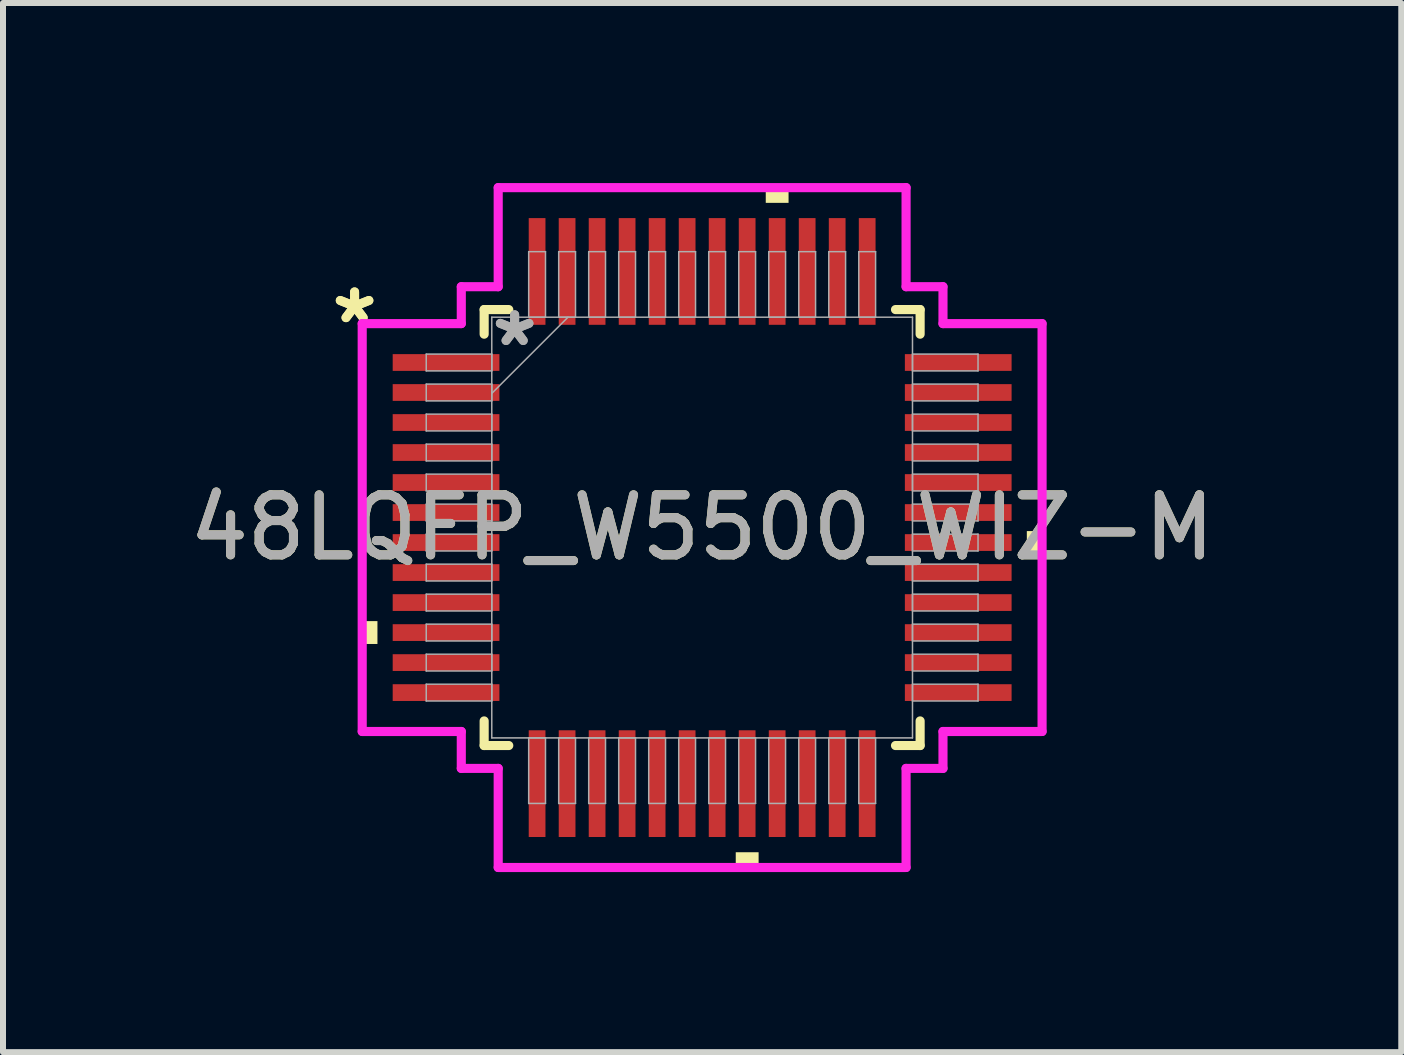
<source format=kicad_pcb>
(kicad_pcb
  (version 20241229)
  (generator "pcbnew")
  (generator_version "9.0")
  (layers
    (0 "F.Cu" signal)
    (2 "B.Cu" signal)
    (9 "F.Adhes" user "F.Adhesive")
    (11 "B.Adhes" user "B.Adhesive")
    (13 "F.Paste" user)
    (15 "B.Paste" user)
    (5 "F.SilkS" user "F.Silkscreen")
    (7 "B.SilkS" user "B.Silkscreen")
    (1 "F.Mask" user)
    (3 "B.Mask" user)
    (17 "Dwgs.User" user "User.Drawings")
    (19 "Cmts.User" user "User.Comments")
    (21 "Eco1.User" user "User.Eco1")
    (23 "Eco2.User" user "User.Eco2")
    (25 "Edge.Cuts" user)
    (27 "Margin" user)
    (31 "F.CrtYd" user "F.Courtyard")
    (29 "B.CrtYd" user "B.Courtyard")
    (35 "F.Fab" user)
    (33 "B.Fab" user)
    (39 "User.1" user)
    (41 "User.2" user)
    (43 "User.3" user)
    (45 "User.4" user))
  (footprint "48LQFP_W5500_WIZ-M"
    (layer "F.Cu")
    (at 8.649 5.74)
    (property "Reference" "48LQFP_W5500_WIZ-M" (at 0 0 0) (unlocked yes) (layer "F.SilkS") (effects (font (size 1 1) (thickness 0.15))))
    (attr smd)
    (fp_line (start -3.632 -3.632) (end -3.632 -3.222) (stroke (width 0.152) (type solid)) (layer "F.SilkS"))
    (fp_line (start -3.632 3.222) (end -3.632 3.632) (stroke (width 0.152) (type solid)) (layer "F.SilkS"))
    (fp_line (start -3.632 3.632) (end -3.222 3.632) (stroke (width 0.152) (type solid)) (layer "F.SilkS"))
    (fp_line (start -3.222 -3.632) (end -3.632 -3.632) (stroke (width 0.152) (type solid)) (layer "F.SilkS"))
    (fp_line (start 3.222 3.632) (end 3.632 3.632) (stroke (width 0.152) (type solid)) (layer "F.SilkS"))
    (fp_line (start 3.632 -3.632) (end 3.222 -3.632) (stroke (width 0.152) (type solid)) (layer "F.SilkS"))
    (fp_line (start 3.632 -3.222) (end 3.632 -3.632) (stroke (width 0.152) (type solid)) (layer "F.SilkS"))
    (fp_line (start 3.632 3.632) (end 3.632 3.222) (stroke (width 0.152) (type solid)) (layer "F.SilkS"))
    (fp_poly (pts (xy -5.664 1.559) (xy -5.664 1.94) (xy -5.41 1.94) (xy -5.41 1.559)) (stroke (width 0) (type solid)) (fill yes) (layer "F.SilkS"))
    (fp_poly (pts (xy 0.56 5.41) (xy 0.56 5.664) (xy 0.941 5.664) (xy 0.941 5.41)) (stroke (width 0) (type solid)) (fill yes) (layer "F.SilkS"))
    (fp_poly (pts (xy 1.06 -5.41) (xy 1.06 -5.664) (xy 1.44 -5.664) (xy 1.44 -5.41)) (stroke (width 0) (type solid)) (fill yes) (layer "F.SilkS"))
    (fp_poly (pts (xy 5.664 0.059) (xy 5.664 0.441) (xy 5.41 0.441) (xy 5.41 0.059)) (stroke (width 0) (type solid)) (fill yes) (layer "F.SilkS"))
    (fp_line (start -5.664 -3.398) (end -4.013 -3.398) (stroke (width 0.152) (type solid)) (layer "F.CrtYd"))
    (fp_line (start -5.664 3.398) (end -5.664 -3.398) (stroke (width 0.152) (type solid)) (layer "F.CrtYd"))
    (fp_line (start -4.013 -4.013) (end -3.398 -4.013) (stroke (width 0.152) (type solid)) (layer "F.CrtYd"))
    (fp_line (start -4.013 -3.398) (end -4.013 -4.013) (stroke (width 0.152) (type solid)) (layer "F.CrtYd"))
    (fp_line (start -4.013 3.398) (end -5.664 3.398) (stroke (width 0.152) (type solid)) (layer "F.CrtYd"))
    (fp_line (start -4.013 4.013) (end -4.013 3.398) (stroke (width 0.152) (type solid)) (layer "F.CrtYd"))
    (fp_line (start -4.013 4.013) (end -3.398 4.013) (stroke (width 0.152) (type solid)) (layer "F.CrtYd"))
    (fp_line (start -3.398 -5.664) (end 3.398 -5.664) (stroke (width 0.152) (type solid)) (layer "F.CrtYd"))
    (fp_line (start -3.398 -4.013) (end -3.398 -5.664) (stroke (width 0.152) (type solid)) (layer "F.CrtYd"))
    (fp_line (start -3.398 4.013) (end -3.398 5.664) (stroke (width 0.152) (type solid)) (layer "F.CrtYd"))
    (fp_line (start -3.398 5.664) (end 3.398 5.664) (stroke (width 0.152) (type solid)) (layer "F.CrtYd"))
    (fp_line (start 3.398 -5.664) (end 3.398 -4.013) (stroke (width 0.152) (type solid)) (layer "F.CrtYd"))
    (fp_line (start 3.398 -4.013) (end 4.013 -4.013) (stroke (width 0.152) (type solid)) (layer "F.CrtYd"))
    (fp_line (start 3.398 4.013) (end 4.013 4.013) (stroke (width 0.152) (type solid)) (layer "F.CrtYd"))
    (fp_line (start 3.398 5.664) (end 3.398 4.013) (stroke (width 0.152) (type solid)) (layer "F.CrtYd"))
    (fp_line (start 4.013 -3.398) (end 4.013 -4.013) (stroke (width 0.152) (type solid)) (layer "F.CrtYd"))
    (fp_line (start 4.013 3.398) (end 5.664 3.398) (stroke (width 0.152) (type solid)) (layer "F.CrtYd"))
    (fp_line (start 4.013 4.013) (end 4.013 3.398) (stroke (width 0.152) (type solid)) (layer "F.CrtYd"))
    (fp_line (start 5.664 -3.398) (end 4.013 -3.398) (stroke (width 0.152) (type solid)) (layer "F.CrtYd"))
    (fp_line (start 5.664 3.398) (end 5.664 -3.398) (stroke (width 0.152) (type solid)) (layer "F.CrtYd"))
    (fp_line (start -4.597 -2.89) (end -4.597 -2.61) (stroke (width 0.025) (type solid)) (layer "F.Fab"))
    (fp_line (start -4.597 -2.61) (end -3.505 -2.61) (stroke (width 0.025) (type solid)) (layer "F.Fab"))
    (fp_line (start -4.597 -2.39) (end -4.597 -2.11) (stroke (width 0.025) (type solid)) (layer "F.Fab"))
    (fp_line (start -4.597 -2.11) (end -3.505 -2.11) (stroke (width 0.025) (type solid)) (layer "F.Fab"))
    (fp_line (start -4.597 -1.89) (end -4.597 -1.61) (stroke (width 0.025) (type solid)) (layer "F.Fab"))
    (fp_line (start -4.597 -1.61) (end -3.505 -1.61) (stroke (width 0.025) (type solid)) (layer "F.Fab"))
    (fp_line (start -4.597 -1.39) (end -4.597 -1.11) (stroke (width 0.025) (type solid)) (layer "F.Fab"))
    (fp_line (start -4.597 -1.11) (end -3.505 -1.11) (stroke (width 0.025) (type solid)) (layer "F.Fab"))
    (fp_line (start -4.597 -0.89) (end -4.597 -0.61) (stroke (width 0.025) (type solid)) (layer "F.Fab"))
    (fp_line (start -4.597 -0.61) (end -3.505 -0.61) (stroke (width 0.025) (type solid)) (layer "F.Fab"))
    (fp_line (start -4.597 -0.39) (end -4.597 -0.11) (stroke (width 0.025) (type solid)) (layer "F.Fab"))
    (fp_line (start -4.597 -0.11) (end -3.505 -0.11) (stroke (width 0.025) (type solid)) (layer "F.Fab"))
    (fp_line (start -4.597 0.11) (end -4.597 0.39) (stroke (width 0.025) (type solid)) (layer "F.Fab"))
    (fp_line (start -4.597 0.39) (end -3.505 0.39) (stroke (width 0.025) (type solid)) (layer "F.Fab"))
    (fp_line (start -4.597 0.61) (end -4.597 0.89) (stroke (width 0.025) (type solid)) (layer "F.Fab"))
    (fp_line (start -4.597 0.89) (end -3.505 0.89) (stroke (width 0.025) (type solid)) (layer "F.Fab"))
    (fp_line (start -4.597 1.11) (end -4.597 1.39) (stroke (width 0.025) (type solid)) (layer "F.Fab"))
    (fp_line (start -4.597 1.39) (end -3.505 1.39) (stroke (width 0.025) (type solid)) (layer "F.Fab"))
    (fp_line (start -4.597 1.61) (end -4.597 1.89) (stroke (width 0.025) (type solid)) (layer "F.Fab"))
    (fp_line (start -4.597 1.89) (end -3.505 1.89) (stroke (width 0.025) (type solid)) (layer "F.Fab"))
    (fp_line (start -4.597 2.11) (end -4.597 2.39) (stroke (width 0.025) (type solid)) (layer "F.Fab"))
    (fp_line (start -4.597 2.39) (end -3.505 2.39) (stroke (width 0.025) (type solid)) (layer "F.Fab"))
    (fp_line (start -4.597 2.61) (end -4.597 2.89) (stroke (width 0.025) (type solid)) (layer "F.Fab"))
    (fp_line (start -4.597 2.89) (end -3.505 2.89) (stroke (width 0.025) (type solid)) (layer "F.Fab"))
    (fp_line (start -3.505 -3.505) (end -3.505 3.505) (stroke (width 0.025) (type solid)) (layer "F.Fab"))
    (fp_line (start -3.505 -2.89) (end -4.597 -2.89) (stroke (width 0.025) (type solid)) (layer "F.Fab"))
    (fp_line (start -3.505 -2.61) (end -3.505 -2.89) (stroke (width 0.025) (type solid)) (layer "F.Fab"))
    (fp_line (start -3.505 -2.39) (end -4.597 -2.39) (stroke (width 0.025) (type solid)) (layer "F.Fab"))
    (fp_line (start -3.505 -2.235) (end -2.235 -3.505) (stroke (width 0.025) (type solid)) (layer "F.Fab"))
    (fp_line (start -3.505 -2.11) (end -3.505 -2.39) (stroke (width 0.025) (type solid)) (layer "F.Fab"))
    (fp_line (start -3.505 -1.89) (end -4.597 -1.89) (stroke (width 0.025) (type solid)) (layer "F.Fab"))
    (fp_line (start -3.505 -1.61) (end -3.505 -1.89) (stroke (width 0.025) (type solid)) (layer "F.Fab"))
    (fp_line (start -3.505 -1.39) (end -4.597 -1.39) (stroke (width 0.025) (type solid)) (layer "F.Fab"))
    (fp_line (start -3.505 -1.11) (end -3.505 -1.39) (stroke (width 0.025) (type solid)) (layer "F.Fab"))
    (fp_line (start -3.505 -0.89) (end -4.597 -0.89) (stroke (width 0.025) (type solid)) (layer "F.Fab"))
    (fp_line (start -3.505 -0.61) (end -3.505 -0.89) (stroke (width 0.025) (type solid)) (layer "F.Fab"))
    (fp_line (start -3.505 -0.39) (end -4.597 -0.39) (stroke (width 0.025) (type solid)) (layer "F.Fab"))
    (fp_line (start -3.505 -0.11) (end -3.505 -0.39) (stroke (width 0.025) (type solid)) (layer "F.Fab"))
    (fp_line (start -3.505 0.11) (end -4.597 0.11) (stroke (width 0.025) (type solid)) (layer "F.Fab"))
    (fp_line (start -3.505 0.39) (end -3.505 0.11) (stroke (width 0.025) (type solid)) (layer "F.Fab"))
    (fp_line (start -3.505 0.61) (end -4.597 0.61) (stroke (width 0.025) (type solid)) (layer "F.Fab"))
    (fp_line (start -3.505 0.89) (end -3.505 0.61) (stroke (width 0.025) (type solid)) (layer "F.Fab"))
    (fp_line (start -3.505 1.11) (end -4.597 1.11) (stroke (width 0.025) (type solid)) (layer "F.Fab"))
    (fp_line (start -3.505 1.39) (end -3.505 1.11) (stroke (width 0.025) (type solid)) (layer "F.Fab"))
    (fp_line (start -3.505 1.61) (end -4.597 1.61) (stroke (width 0.025) (type solid)) (layer "F.Fab"))
    (fp_line (start -3.505 1.89) (end -3.505 1.61) (stroke (width 0.025) (type solid)) (layer "F.Fab"))
    (fp_line (start -3.505 2.11) (end -4.597 2.11) (stroke (width 0.025) (type solid)) (layer "F.Fab"))
    (fp_line (start -3.505 2.39) (end -3.505 2.11) (stroke (width 0.025) (type solid)) (layer "F.Fab"))
    (fp_line (start -3.505 2.61) (end -4.597 2.61) (stroke (width 0.025) (type solid)) (layer "F.Fab"))
    (fp_line (start -3.505 2.89) (end -3.505 2.61) (stroke (width 0.025) (type solid)) (layer "F.Fab"))
    (fp_line (start -3.505 3.505) (end 3.505 3.505) (stroke (width 0.025) (type solid)) (layer "F.Fab"))
    (fp_line (start -2.89 -4.597) (end -2.89 -3.505) (stroke (width 0.025) (type solid)) (layer "F.Fab"))
    (fp_line (start -2.89 -3.505) (end -2.61 -3.505) (stroke (width 0.025) (type solid)) (layer "F.Fab"))
    (fp_line (start -2.89 3.505) (end -2.89 4.597) (stroke (width 0.025) (type solid)) (layer "F.Fab"))
    (fp_line (start -2.89 4.597) (end -2.61 4.597) (stroke (width 0.025) (type solid)) (layer "F.Fab"))
    (fp_line (start -2.61 -4.597) (end -2.89 -4.597) (stroke (width 0.025) (type solid)) (layer "F.Fab"))
    (fp_line (start -2.61 -3.505) (end -2.61 -4.597) (stroke (width 0.025) (type solid)) (layer "F.Fab"))
    (fp_line (start -2.61 3.505) (end -2.89 3.505) (stroke (width 0.025) (type solid)) (layer "F.Fab"))
    (fp_line (start -2.61 4.597) (end -2.61 3.505) (stroke (width 0.025) (type solid)) (layer "F.Fab"))
    (fp_line (start -2.39 -4.597) (end -2.39 -3.505) (stroke (width 0.025) (type solid)) (layer "F.Fab"))
    (fp_line (start -2.39 -3.505) (end -2.11 -3.505) (stroke (width 0.025) (type solid)) (layer "F.Fab"))
    (fp_line (start -2.39 3.505) (end -2.39 4.597) (stroke (width 0.025) (type solid)) (layer "F.Fab"))
    (fp_line (start -2.39 4.597) (end -2.11 4.597) (stroke (width 0.025) (type solid)) (layer "F.Fab"))
    (fp_line (start -2.11 -4.597) (end -2.39 -4.597) (stroke (width 0.025) (type solid)) (layer "F.Fab"))
    (fp_line (start -2.11 -3.505) (end -2.11 -4.597) (stroke (width 0.025) (type solid)) (layer "F.Fab"))
    (fp_line (start -2.11 3.505) (end -2.39 3.505) (stroke (width 0.025) (type solid)) (layer "F.Fab"))
    (fp_line (start -2.11 4.597) (end -2.11 3.505) (stroke (width 0.025) (type solid)) (layer "F.Fab"))
    (fp_line (start -1.89 -4.597) (end -1.89 -3.505) (stroke (width 0.025) (type solid)) (layer "F.Fab"))
    (fp_line (start -1.89 -3.505) (end -1.61 -3.505) (stroke (width 0.025) (type solid)) (layer "F.Fab"))
    (fp_line (start -1.89 3.505) (end -1.89 4.597) (stroke (width 0.025) (type solid)) (layer "F.Fab"))
    (fp_line (start -1.89 4.597) (end -1.61 4.597) (stroke (width 0.025) (type solid)) (layer "F.Fab"))
    (fp_line (start -1.61 -4.597) (end -1.89 -4.597) (stroke (width 0.025) (type solid)) (layer "F.Fab"))
    (fp_line (start -1.61 -3.505) (end -1.61 -4.597) (stroke (width 0.025) (type solid)) (layer "F.Fab"))
    (fp_line (start -1.61 3.505) (end -1.89 3.505) (stroke (width 0.025) (type solid)) (layer "F.Fab"))
    (fp_line (start -1.61 4.597) (end -1.61 3.505) (stroke (width 0.025) (type solid)) (layer "F.Fab"))
    (fp_line (start -1.39 -4.597) (end -1.39 -3.505) (stroke (width 0.025) (type solid)) (layer "F.Fab"))
    (fp_line (start -1.39 -3.505) (end -1.11 -3.505) (stroke (width 0.025) (type solid)) (layer "F.Fab"))
    (fp_line (start -1.39 3.505) (end -1.39 4.597) (stroke (width 0.025) (type solid)) (layer "F.Fab"))
    (fp_line (start -1.39 4.597) (end -1.11 4.597) (stroke (width 0.025) (type solid)) (layer "F.Fab"))
    (fp_line (start -1.11 -4.597) (end -1.39 -4.597) (stroke (width 0.025) (type solid)) (layer "F.Fab"))
    (fp_line (start -1.11 -3.505) (end -1.11 -4.597) (stroke (width 0.025) (type solid)) (layer "F.Fab"))
    (fp_line (start -1.11 3.505) (end -1.39 3.505) (stroke (width 0.025) (type solid)) (layer "F.Fab"))
    (fp_line (start -1.11 4.597) (end -1.11 3.505) (stroke (width 0.025) (type solid)) (layer "F.Fab"))
    (fp_line (start -0.89 -4.597) (end -0.89 -3.505) (stroke (width 0.025) (type solid)) (layer "F.Fab"))
    (fp_line (start -0.89 -3.505) (end -0.61 -3.505) (stroke (width 0.025) (type solid)) (layer "F.Fab"))
    (fp_line (start -0.89 3.505) (end -0.89 4.597) (stroke (width 0.025) (type solid)) (layer "F.Fab"))
    (fp_line (start -0.89 4.597) (end -0.61 4.597) (stroke (width 0.025) (type solid)) (layer "F.Fab"))
    (fp_line (start -0.61 -4.597) (end -0.89 -4.597) (stroke (width 0.025) (type solid)) (layer "F.Fab"))
    (fp_line (start -0.61 -3.505) (end -0.61 -4.597) (stroke (width 0.025) (type solid)) (layer "F.Fab"))
    (fp_line (start -0.61 3.505) (end -0.89 3.505) (stroke (width 0.025) (type solid)) (layer "F.Fab"))
    (fp_line (start -0.61 4.597) (end -0.61 3.505) (stroke (width 0.025) (type solid)) (layer "F.Fab"))
    (fp_line (start -0.39 -4.597) (end -0.39 -3.505) (stroke (width 0.025) (type solid)) (layer "F.Fab"))
    (fp_line (start -0.39 -3.505) (end -0.11 -3.505) (stroke (width 0.025) (type solid)) (layer "F.Fab"))
    (fp_line (start -0.39 3.505) (end -0.39 4.597) (stroke (width 0.025) (type solid)) (layer "F.Fab"))
    (fp_line (start -0.39 4.597) (end -0.11 4.597) (stroke (width 0.025) (type solid)) (layer "F.Fab"))
    (fp_line (start -0.11 -4.597) (end -0.39 -4.597) (stroke (width 0.025) (type solid)) (layer "F.Fab"))
    (fp_line (start -0.11 -3.505) (end -0.11 -4.597) (stroke (width 0.025) (type solid)) (layer "F.Fab"))
    (fp_line (start -0.11 3.505) (end -0.39 3.505) (stroke (width 0.025) (type solid)) (layer "F.Fab"))
    (fp_line (start -0.11 4.597) (end -0.11 3.505) (stroke (width 0.025) (type solid)) (layer "F.Fab"))
    (fp_line (start 0.11 -4.597) (end 0.11 -3.505) (stroke (width 0.025) (type solid)) (layer "F.Fab"))
    (fp_line (start 0.11 -3.505) (end 0.39 -3.505) (stroke (width 0.025) (type solid)) (layer "F.Fab"))
    (fp_line (start 0.11 3.505) (end 0.11 4.597) (stroke (width 0.025) (type solid)) (layer "F.Fab"))
    (fp_line (start 0.11 4.597) (end 0.39 4.597) (stroke (width 0.025) (type solid)) (layer "F.Fab"))
    (fp_line (start 0.39 -4.597) (end 0.11 -4.597) (stroke (width 0.025) (type solid)) (layer "F.Fab"))
    (fp_line (start 0.39 -3.505) (end 0.39 -4.597) (stroke (width 0.025) (type solid)) (layer "F.Fab"))
    (fp_line (start 0.39 3.505) (end 0.11 3.505) (stroke (width 0.025) (type solid)) (layer "F.Fab"))
    (fp_line (start 0.39 4.597) (end 0.39 3.505) (stroke (width 0.025) (type solid)) (layer "F.Fab"))
    (fp_line (start 0.61 -4.597) (end 0.61 -3.505) (stroke (width 0.025) (type solid)) (layer "F.Fab"))
    (fp_line (start 0.61 -3.505) (end 0.89 -3.505) (stroke (width 0.025) (type solid)) (layer "F.Fab"))
    (fp_line (start 0.61 3.505) (end 0.61 4.597) (stroke (width 0.025) (type solid)) (layer "F.Fab"))
    (fp_line (start 0.61 4.597) (end 0.89 4.597) (stroke (width 0.025) (type solid)) (layer "F.Fab"))
    (fp_line (start 0.89 -4.597) (end 0.61 -4.597) (stroke (width 0.025) (type solid)) (layer "F.Fab"))
    (fp_line (start 0.89 -3.505) (end 0.89 -4.597) (stroke (width 0.025) (type solid)) (layer "F.Fab"))
    (fp_line (start 0.89 3.505) (end 0.61 3.505) (stroke (width 0.025) (type solid)) (layer "F.Fab"))
    (fp_line (start 0.89 4.597) (end 0.89 3.505) (stroke (width 0.025) (type solid)) (layer "F.Fab"))
    (fp_line (start 1.11 -4.597) (end 1.11 -3.505) (stroke (width 0.025) (type solid)) (layer "F.Fab"))
    (fp_line (start 1.11 -3.505) (end 1.39 -3.505) (stroke (width 0.025) (type solid)) (layer "F.Fab"))
    (fp_line (start 1.11 3.505) (end 1.11 4.597) (stroke (width 0.025) (type solid)) (layer "F.Fab"))
    (fp_line (start 1.11 4.597) (end 1.39 4.597) (stroke (width 0.025) (type solid)) (layer "F.Fab"))
    (fp_line (start 1.39 -4.597) (end 1.11 -4.597) (stroke (width 0.025) (type solid)) (layer "F.Fab"))
    (fp_line (start 1.39 -3.505) (end 1.39 -4.597) (stroke (width 0.025) (type solid)) (layer "F.Fab"))
    (fp_line (start 1.39 3.505) (end 1.11 3.505) (stroke (width 0.025) (type solid)) (layer "F.Fab"))
    (fp_line (start 1.39 4.597) (end 1.39 3.505) (stroke (width 0.025) (type solid)) (layer "F.Fab"))
    (fp_line (start 1.61 -4.597) (end 1.61 -3.505) (stroke (width 0.025) (type solid)) (layer "F.Fab"))
    (fp_line (start 1.61 -3.505) (end 1.89 -3.505) (stroke (width 0.025) (type solid)) (layer "F.Fab"))
    (fp_line (start 1.61 3.505) (end 1.61 4.597) (stroke (width 0.025) (type solid)) (layer "F.Fab"))
    (fp_line (start 1.61 4.597) (end 1.89 4.597) (stroke (width 0.025) (type solid)) (layer "F.Fab"))
    (fp_line (start 1.89 -4.597) (end 1.61 -4.597) (stroke (width 0.025) (type solid)) (layer "F.Fab"))
    (fp_line (start 1.89 -3.505) (end 1.89 -4.597) (stroke (width 0.025) (type solid)) (layer "F.Fab"))
    (fp_line (start 1.89 3.505) (end 1.61 3.505) (stroke (width 0.025) (type solid)) (layer "F.Fab"))
    (fp_line (start 1.89 4.597) (end 1.89 3.505) (stroke (width 0.025) (type solid)) (layer "F.Fab"))
    (fp_line (start 2.11 -4.597) (end 2.11 -3.505) (stroke (width 0.025) (type solid)) (layer "F.Fab"))
    (fp_line (start 2.11 -3.505) (end 2.39 -3.505) (stroke (width 0.025) (type solid)) (layer "F.Fab"))
    (fp_line (start 2.11 3.505) (end 2.11 4.597) (stroke (width 0.025) (type solid)) (layer "F.Fab"))
    (fp_line (start 2.11 4.597) (end 2.39 4.597) (stroke (width 0.025) (type solid)) (layer "F.Fab"))
    (fp_line (start 2.39 -4.597) (end 2.11 -4.597) (stroke (width 0.025) (type solid)) (layer "F.Fab"))
    (fp_line (start 2.39 -3.505) (end 2.39 -4.597) (stroke (width 0.025) (type solid)) (layer "F.Fab"))
    (fp_line (start 2.39 3.505) (end 2.11 3.505) (stroke (width 0.025) (type solid)) (layer "F.Fab"))
    (fp_line (start 2.39 4.597) (end 2.39 3.505) (stroke (width 0.025) (type solid)) (layer "F.Fab"))
    (fp_line (start 2.61 -4.597) (end 2.61 -3.505) (stroke (width 0.025) (type solid)) (layer "F.Fab"))
    (fp_line (start 2.61 -3.505) (end 2.89 -3.505) (stroke (width 0.025) (type solid)) (layer "F.Fab"))
    (fp_line (start 2.61 3.505) (end 2.61 4.597) (stroke (width 0.025) (type solid)) (layer "F.Fab"))
    (fp_line (start 2.61 4.597) (end 2.89 4.597) (stroke (width 0.025) (type solid)) (layer "F.Fab"))
    (fp_line (start 2.89 -4.597) (end 2.61 -4.597) (stroke (width 0.025) (type solid)) (layer "F.Fab"))
    (fp_line (start 2.89 -3.505) (end 2.89 -4.597) (stroke (width 0.025) (type solid)) (layer "F.Fab"))
    (fp_line (start 2.89 3.505) (end 2.61 3.505) (stroke (width 0.025) (type solid)) (layer "F.Fab"))
    (fp_line (start 2.89 4.597) (end 2.89 3.505) (stroke (width 0.025) (type solid)) (layer "F.Fab"))
    (fp_line (start 3.505 -3.505) (end -3.505 -3.505) (stroke (width 0.025) (type solid)) (layer "F.Fab"))
    (fp_line (start 3.505 -2.89) (end 3.505 -2.61) (stroke (width 0.025) (type solid)) (layer "F.Fab"))
    (fp_line (start 3.505 -2.61) (end 4.597 -2.61) (stroke (width 0.025) (type solid)) (layer "F.Fab"))
    (fp_line (start 3.505 -2.39) (end 3.505 -2.11) (stroke (width 0.025) (type solid)) (layer "F.Fab"))
    (fp_line (start 3.505 -2.11) (end 4.597 -2.11) (stroke (width 0.025) (type solid)) (layer "F.Fab"))
    (fp_line (start 3.505 -1.89) (end 3.505 -1.61) (stroke (width 0.025) (type solid)) (layer "F.Fab"))
    (fp_line (start 3.505 -1.61) (end 4.597 -1.61) (stroke (width 0.025) (type solid)) (layer "F.Fab"))
    (fp_line (start 3.505 -1.39) (end 3.505 -1.11) (stroke (width 0.025) (type solid)) (layer "F.Fab"))
    (fp_line (start 3.505 -1.11) (end 4.597 -1.11) (stroke (width 0.025) (type solid)) (layer "F.Fab"))
    (fp_line (start 3.505 -0.89) (end 3.505 -0.61) (stroke (width 0.025) (type solid)) (layer "F.Fab"))
    (fp_line (start 3.505 -0.61) (end 4.597 -0.61) (stroke (width 0.025) (type solid)) (layer "F.Fab"))
    (fp_line (start 3.505 -0.39) (end 3.505 -0.11) (stroke (width 0.025) (type solid)) (layer "F.Fab"))
    (fp_line (start 3.505 -0.11) (end 4.597 -0.11) (stroke (width 0.025) (type solid)) (layer "F.Fab"))
    (fp_line (start 3.505 0.11) (end 3.505 0.39) (stroke (width 0.025) (type solid)) (layer "F.Fab"))
    (fp_line (start 3.505 0.39) (end 4.597 0.39) (stroke (width 0.025) (type solid)) (layer "F.Fab"))
    (fp_line (start 3.505 0.61) (end 3.505 0.89) (stroke (width 0.025) (type solid)) (layer "F.Fab"))
    (fp_line (start 3.505 0.89) (end 4.597 0.89) (stroke (width 0.025) (type solid)) (layer "F.Fab"))
    (fp_line (start 3.505 1.11) (end 3.505 1.39) (stroke (width 0.025) (type solid)) (layer "F.Fab"))
    (fp_line (start 3.505 1.39) (end 4.597 1.39) (stroke (width 0.025) (type solid)) (layer "F.Fab"))
    (fp_line (start 3.505 1.61) (end 3.505 1.89) (stroke (width 0.025) (type solid)) (layer "F.Fab"))
    (fp_line (start 3.505 1.89) (end 4.597 1.89) (stroke (width 0.025) (type solid)) (layer "F.Fab"))
    (fp_line (start 3.505 2.11) (end 3.505 2.39) (stroke (width 0.025) (type solid)) (layer "F.Fab"))
    (fp_line (start 3.505 2.39) (end 4.597 2.39) (stroke (width 0.025) (type solid)) (layer "F.Fab"))
    (fp_line (start 3.505 2.61) (end 3.505 2.89) (stroke (width 0.025) (type solid)) (layer "F.Fab"))
    (fp_line (start 3.505 2.89) (end 4.597 2.89) (stroke (width 0.025) (type solid)) (layer "F.Fab"))
    (fp_line (start 3.505 3.505) (end 3.505 -3.505) (stroke (width 0.025) (type solid)) (layer "F.Fab"))
    (fp_line (start 4.597 -2.89) (end 3.505 -2.89) (stroke (width 0.025) (type solid)) (layer "F.Fab"))
    (fp_line (start 4.597 -2.61) (end 4.597 -2.89) (stroke (width 0.025) (type solid)) (layer "F.Fab"))
    (fp_line (start 4.597 -2.39) (end 3.505 -2.39) (stroke (width 0.025) (type solid)) (layer "F.Fab"))
    (fp_line (start 4.597 -2.11) (end 4.597 -2.39) (stroke (width 0.025) (type solid)) (layer "F.Fab"))
    (fp_line (start 4.597 -1.89) (end 3.505 -1.89) (stroke (width 0.025) (type solid)) (layer "F.Fab"))
    (fp_line (start 4.597 -1.61) (end 4.597 -1.89) (stroke (width 0.025) (type solid)) (layer "F.Fab"))
    (fp_line (start 4.597 -1.39) (end 3.505 -1.39) (stroke (width 0.025) (type solid)) (layer "F.Fab"))
    (fp_line (start 4.597 -1.11) (end 4.597 -1.39) (stroke (width 0.025) (type solid)) (layer "F.Fab"))
    (fp_line (start 4.597 -0.89) (end 3.505 -0.89) (stroke (width 0.025) (type solid)) (layer "F.Fab"))
    (fp_line (start 4.597 -0.61) (end 4.597 -0.89) (stroke (width 0.025) (type solid)) (layer "F.Fab"))
    (fp_line (start 4.597 -0.39) (end 3.505 -0.39) (stroke (width 0.025) (type solid)) (layer "F.Fab"))
    (fp_line (start 4.597 -0.11) (end 4.597 -0.39) (stroke (width 0.025) (type solid)) (layer "F.Fab"))
    (fp_line (start 4.597 0.11) (end 3.505 0.11) (stroke (width 0.025) (type solid)) (layer "F.Fab"))
    (fp_line (start 4.597 0.39) (end 4.597 0.11) (stroke (width 0.025) (type solid)) (layer "F.Fab"))
    (fp_line (start 4.597 0.61) (end 3.505 0.61) (stroke (width 0.025) (type solid)) (layer "F.Fab"))
    (fp_line (start 4.597 0.89) (end 4.597 0.61) (stroke (width 0.025) (type solid)) (layer "F.Fab"))
    (fp_line (start 4.597 1.11) (end 3.505 1.11) (stroke (width 0.025) (type solid)) (layer "F.Fab"))
    (fp_line (start 4.597 1.39) (end 4.597 1.11) (stroke (width 0.025) (type solid)) (layer "F.Fab"))
    (fp_line (start 4.597 1.61) (end 3.505 1.61) (stroke (width 0.025) (type solid)) (layer "F.Fab"))
    (fp_line (start 4.597 1.89) (end 4.597 1.61) (stroke (width 0.025) (type solid)) (layer "F.Fab"))
    (fp_line (start 4.597 2.11) (end 3.505 2.11) (stroke (width 0.025) (type solid)) (layer "F.Fab"))
    (fp_line (start 4.597 2.39) (end 4.597 2.11) (stroke (width 0.025) (type solid)) (layer "F.Fab"))
    (fp_line (start 4.597 2.61) (end 3.505 2.61) (stroke (width 0.025) (type solid)) (layer "F.Fab"))
    (fp_line (start 4.597 2.89) (end 4.597 2.61) (stroke (width 0.025) (type solid)) (layer "F.Fab"))
    (fp_text user "*" (at -5.791 -3.381 0) (layer "F.SilkS") (effects (font (size 1 1) (thickness 0.15))))
    (fp_text user "*" (at -5.791 -3.381 0) (unlocked yes) (layer "F.SilkS") (effects (font (size 1 1) (thickness 0.15))))
    (fp_text user "*" (at -3.124 -3 0) (layer "F.Fab") (effects (font (size 1 1) (thickness 0.15))))
    (fp_text user "${REFERENCE}" (at 0 0 0) (unlocked yes) (layer "F.Fab") (effects (font (size 1 1) (thickness 0.15))))
    (fp_text user "*" (at -3.124 -3 0) (unlocked yes) (layer "F.Fab") (effects (font (size 1 1) (thickness 0.15))))
    (pad "1" smd rect (at -4.267 -2.75 90) (size 0.279 1.778) (layers "F.Cu" "F.Mask" "F.Paste"))
    (pad "2" smd rect (at -4.267 -2.25 90) (size 0.279 1.778) (layers "F.Cu" "F.Mask" "F.Paste"))
    (pad "3" smd rect (at -4.267 -1.75 90) (size 0.279 1.778) (layers "F.Cu" "F.Mask" "F.Paste"))
    (pad "4" smd rect (at -4.267 -1.25 90) (size 0.279 1.778) (layers "F.Cu" "F.Mask" "F.Paste"))
    (pad "5" smd rect (at -4.267 -0.75 90) (size 0.279 1.778) (layers "F.Cu" "F.Mask" "F.Paste"))
    (pad "6" smd rect (at -4.267 -0.25 90) (size 0.279 1.778) (layers "F.Cu" "F.Mask" "F.Paste"))
    (pad "7" smd rect (at -4.267 0.25 90) (size 0.279 1.778) (layers "F.Cu" "F.Mask" "F.Paste"))
    (pad "8" smd rect (at -4.267 0.75 90) (size 0.279 1.778) (layers "F.Cu" "F.Mask" "F.Paste"))
    (pad "9" smd rect (at -4.267 1.25 90) (size 0.279 1.778) (layers "F.Cu" "F.Mask" "F.Paste"))
    (pad "10" smd rect (at -4.267 1.75 90) (size 0.279 1.778) (layers "F.Cu" "F.Mask" "F.Paste"))
    (pad "11" smd rect (at -4.267 2.25 90) (size 0.279 1.778) (layers "F.Cu" "F.Mask" "F.Paste"))
    (pad "12" smd rect (at -4.267 2.75 90) (size 0.279 1.778) (layers "F.Cu" "F.Mask" "F.Paste"))
    (pad "13" smd rect (at -2.75 4.267) (size 0.279 1.778) (layers "F.Cu" "F.Mask" "F.Paste"))
    (pad "14" smd rect (at -2.25 4.267) (size 0.279 1.778) (layers "F.Cu" "F.Mask" "F.Paste"))
    (pad "15" smd rect (at -1.75 4.267) (size 0.279 1.778) (layers "F.Cu" "F.Mask" "F.Paste"))
    (pad "16" smd rect (at -1.25 4.267) (size 0.279 1.778) (layers "F.Cu" "F.Mask" "F.Paste"))
    (pad "17" smd rect (at -0.75 4.267) (size 0.279 1.778) (layers "F.Cu" "F.Mask" "F.Paste"))
    (pad "18" smd rect (at -0.25 4.267) (size 0.279 1.778) (layers "F.Cu" "F.Mask" "F.Paste"))
    (pad "19" smd rect (at 0.25 4.267) (size 0.279 1.778) (layers "F.Cu" "F.Mask" "F.Paste"))
    (pad "20" smd rect (at 0.75 4.267) (size 0.279 1.778) (layers "F.Cu" "F.Mask" "F.Paste"))
    (pad "21" smd rect (at 1.25 4.267) (size 0.279 1.778) (layers "F.Cu" "F.Mask" "F.Paste"))
    (pad "22" smd rect (at 1.75 4.267) (size 0.279 1.778) (layers "F.Cu" "F.Mask" "F.Paste"))
    (pad "23" smd rect (at 2.25 4.267) (size 0.279 1.778) (layers "F.Cu" "F.Mask" "F.Paste"))
    (pad "24" smd rect (at 2.75 4.267) (size 0.279 1.778) (layers "F.Cu" "F.Mask" "F.Paste"))
    (pad "25" smd rect (at 4.267 2.75 90) (size 0.279 1.778) (layers "F.Cu" "F.Mask" "F.Paste"))
    (pad "26" smd rect (at 4.267 2.25 90) (size 0.279 1.778) (layers "F.Cu" "F.Mask" "F.Paste"))
    (pad "27" smd rect (at 4.267 1.75 90) (size 0.279 1.778) (layers "F.Cu" "F.Mask" "F.Paste"))
    (pad "28" smd rect (at 4.267 1.25 90) (size 0.279 1.778) (layers "F.Cu" "F.Mask" "F.Paste"))
    (pad "29" smd rect (at 4.267 0.75 90) (size 0.279 1.778) (layers "F.Cu" "F.Mask" "F.Paste"))
    (pad "30" smd rect (at 4.267 0.25 90) (size 0.279 1.778) (layers "F.Cu" "F.Mask" "F.Paste"))
    (pad "31" smd rect (at 4.267 -0.25 90) (size 0.279 1.778) (layers "F.Cu" "F.Mask" "F.Paste"))
    (pad "32" smd rect (at 4.267 -0.75 90) (size 0.279 1.778) (layers "F.Cu" "F.Mask" "F.Paste"))
    (pad "33" smd rect (at 4.267 -1.25 90) (size 0.279 1.778) (layers "F.Cu" "F.Mask" "F.Paste"))
    (pad "34" smd rect (at 4.267 -1.75 90) (size 0.279 1.778) (layers "F.Cu" "F.Mask" "F.Paste"))
    (pad "35" smd rect (at 4.267 -2.25 90) (size 0.279 1.778) (layers "F.Cu" "F.Mask" "F.Paste"))
    (pad "36" smd rect (at 4.267 -2.75 90) (size 0.279 1.778) (layers "F.Cu" "F.Mask" "F.Paste"))
    (pad "37" smd rect (at 2.75 -4.267) (size 0.279 1.778) (layers "F.Cu" "F.Mask" "F.Paste"))
    (pad "38" smd rect (at 2.25 -4.267) (size 0.279 1.778) (layers "F.Cu" "F.Mask" "F.Paste"))
    (pad "39" smd rect (at 1.75 -4.267) (size 0.279 1.778) (layers "F.Cu" "F.Mask" "F.Paste"))
    (pad "40" smd rect (at 1.25 -4.267) (size 0.279 1.778) (layers "F.Cu" "F.Mask" "F.Paste"))
    (pad "41" smd rect (at 0.75 -4.267) (size 0.279 1.778) (layers "F.Cu" "F.Mask" "F.Paste"))
    (pad "42" smd rect (at 0.25 -4.267) (size 0.279 1.778) (layers "F.Cu" "F.Mask" "F.Paste"))
    (pad "43" smd rect (at -0.25 -4.267) (size 0.279 1.778) (layers "F.Cu" "F.Mask" "F.Paste"))
    (pad "44" smd rect (at -0.75 -4.267) (size 0.279 1.778) (layers "F.Cu" "F.Mask" "F.Paste"))
    (pad "45" smd rect (at -1.25 -4.267) (size 0.279 1.778) (layers "F.Cu" "F.Mask" "F.Paste"))
    (pad "46" smd rect (at -1.75 -4.267) (size 0.279 1.778) (layers "F.Cu" "F.Mask" "F.Paste"))
    (pad "47" smd rect (at -2.25 -4.267) (size 0.279 1.778) (layers "F.Cu" "F.Mask" "F.Paste"))
    (pad "48" smd rect (at -2.75 -4.267) (size 0.279 1.778) (layers "F.Cu" "F.Mask" "F.Paste")))
  (gr_rect
    (start -3 -3)
    (end 20.298 14.481)
    (stroke (width 0.1) (type default))
    (fill no)
    (layer "Edge.Cuts")))
</source>
